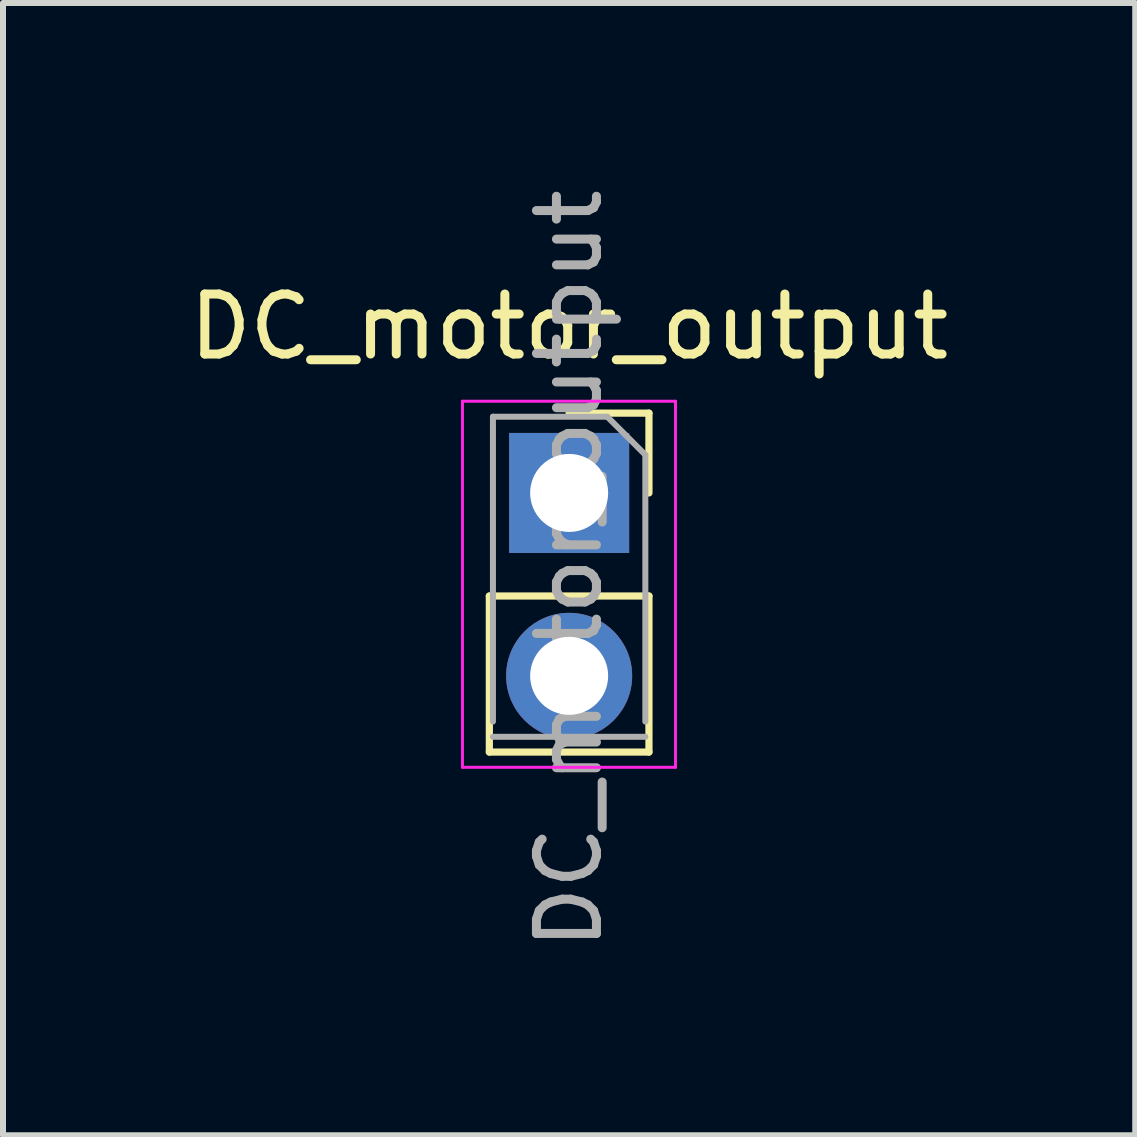
<source format=kicad_pcb>
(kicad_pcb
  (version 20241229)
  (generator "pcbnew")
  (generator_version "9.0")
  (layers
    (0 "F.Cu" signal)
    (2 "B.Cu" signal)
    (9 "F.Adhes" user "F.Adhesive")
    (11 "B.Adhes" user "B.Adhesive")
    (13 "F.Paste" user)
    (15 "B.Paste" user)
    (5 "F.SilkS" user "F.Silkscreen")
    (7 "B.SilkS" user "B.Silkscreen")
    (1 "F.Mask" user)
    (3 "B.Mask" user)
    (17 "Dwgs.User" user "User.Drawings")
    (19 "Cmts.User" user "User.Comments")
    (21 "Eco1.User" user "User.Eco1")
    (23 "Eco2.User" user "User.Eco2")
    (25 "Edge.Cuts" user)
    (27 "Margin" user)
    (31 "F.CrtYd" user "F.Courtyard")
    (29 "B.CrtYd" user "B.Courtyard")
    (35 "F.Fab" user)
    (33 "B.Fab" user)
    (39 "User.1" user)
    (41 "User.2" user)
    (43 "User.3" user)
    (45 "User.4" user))
  (footprint "DC_motor_output"
    (layer "F.Cu")
    (at 6.435 5.165)
    (property "Reference" "DC_motor_output" (at 0 -2.77 0) (layer "F.SilkS") (effects (font (size 1 1) (thickness 0.15))))
    (attr through_hole)
    (fp_line (start -1.33 1.718) (end -1.33 4.318) (stroke (width 0.12) (type solid)) (layer "F.SilkS"))
    (fp_line (start -1.33 1.718) (end 1.33 1.718) (stroke (width 0.12) (type solid)) (layer "F.SilkS"))
    (fp_line (start -1.33 4.318) (end 1.33 4.318) (stroke (width 0.12) (type solid)) (layer "F.SilkS"))
    (fp_line (start 0 -1.33) (end 1.33 -1.33) (stroke (width 0.12) (type solid)) (layer "F.SilkS"))
    (fp_line (start 1.33 -1.33) (end 1.33 0) (stroke (width 0.12) (type solid)) (layer "F.SilkS"))
    (fp_line (start 1.33 1.718) (end 1.33 4.318) (stroke (width 0.12) (type solid)) (layer "F.SilkS"))
    (fp_line (start -1.778 -1.528) (end 1.772 -1.528) (stroke (width 0.05) (type solid)) (layer "F.CrtYd"))
    (fp_line (start -1.778 4.572) (end -1.778 -1.528) (stroke (width 0.05) (type solid)) (layer "F.CrtYd"))
    (fp_line (start 1.772 -1.528) (end 1.772 4.572) (stroke (width 0.05) (type solid)) (layer "F.CrtYd"))
    (fp_line (start 1.772 4.572) (end -1.778 4.572) (stroke (width 0.05) (type solid)) (layer "F.CrtYd"))
    (fp_line (start -1.27 -1.27) (end 0.635 -1.27) (stroke (width 0.1) (type solid)) (layer "F.Fab"))
    (fp_line (start -1.27 3.81) (end -1.27 -1.27) (stroke (width 0.1) (type solid)) (layer "F.Fab"))
    (fp_line (start 0.635 -1.27) (end 1.27 -0.635) (stroke (width 0.1) (type solid)) (layer "F.Fab"))
    (fp_line (start 1.27 -0.635) (end 1.27 3.81) (stroke (width 0.1) (type solid)) (layer "F.Fab"))
    (fp_line (start 1.27 4.064) (end -1.27 4.064) (stroke (width 0.1) (type solid)) (layer "F.Fab"))
    (fp_text user "${REFERENCE}" (at 0 1.27 90) (layer "F.Fab") (effects (font (size 1 1) (thickness 0.15))))
    (pad "1" thru_hole rect (at 0 0) (size 2 2) (drill 1.3) (layers "*.Cu" "*.Mask"))
    (pad "2" thru_hole oval (at 0 3.048) (size 2.1 2.1) (drill 1.3) (layers "*.Cu" "*.Mask")))
  (gr_rect
    (start -3 -3)
    (end 15.869 15.869)
    (stroke (width 0.1) (type default))
    (fill no)
    (layer "Edge.Cuts")))
</source>
